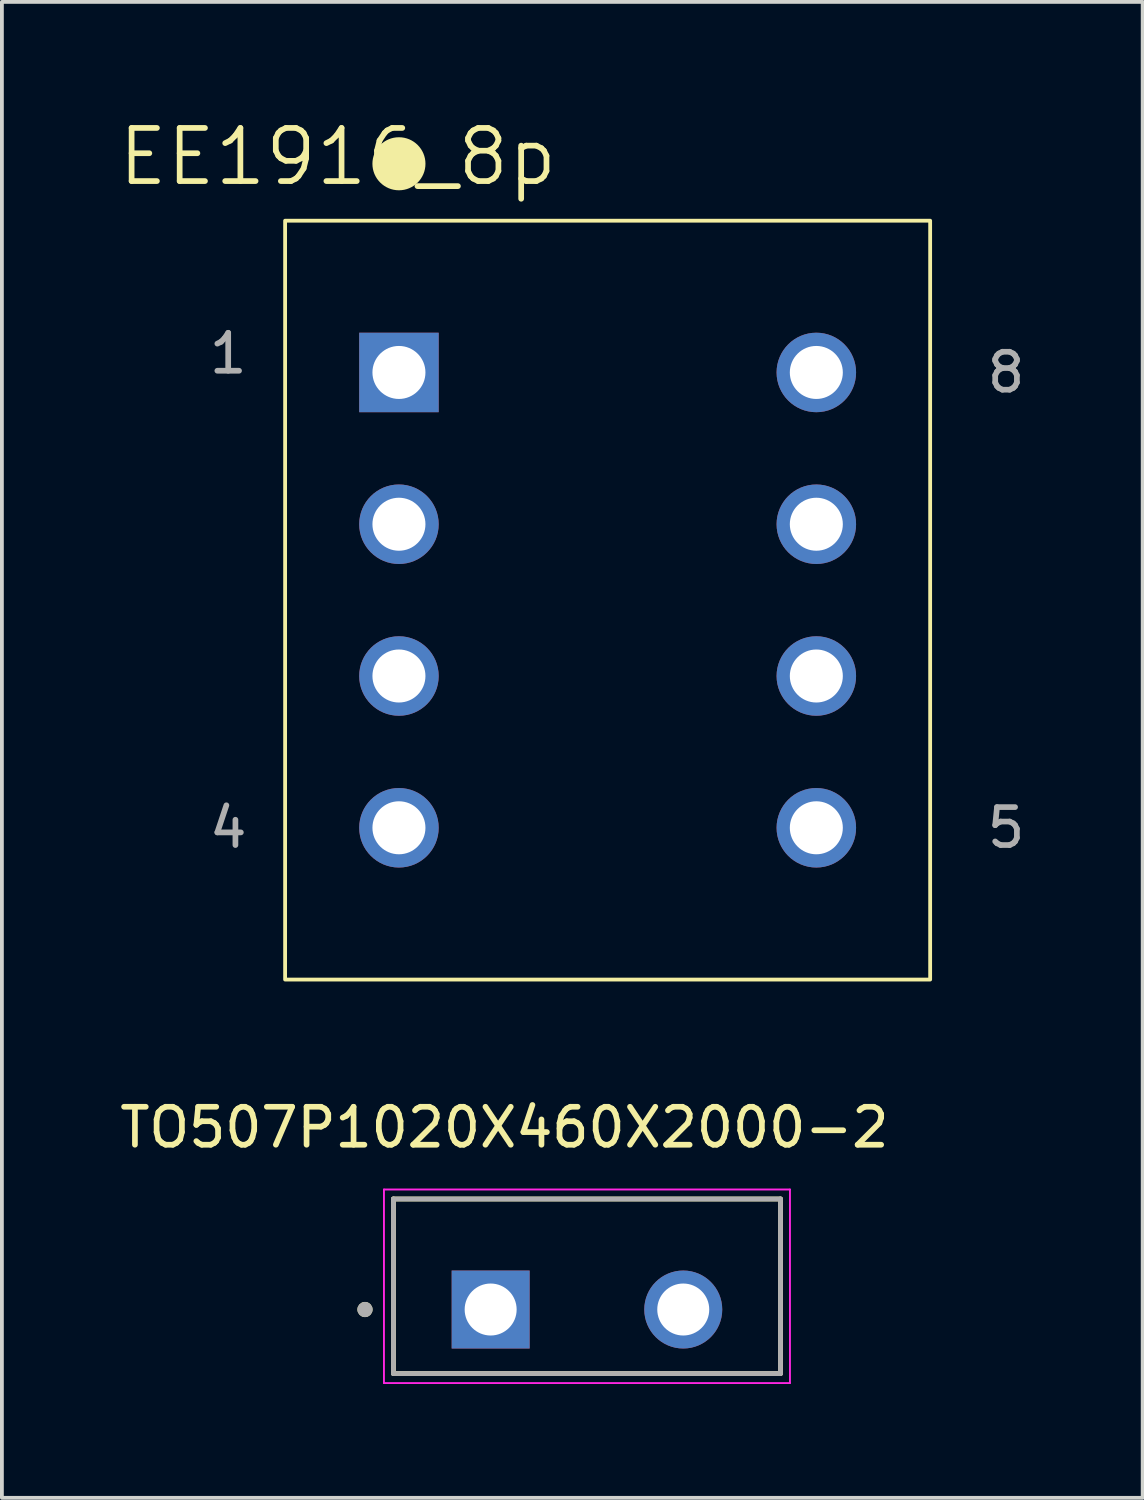
<source format=kicad_pcb>
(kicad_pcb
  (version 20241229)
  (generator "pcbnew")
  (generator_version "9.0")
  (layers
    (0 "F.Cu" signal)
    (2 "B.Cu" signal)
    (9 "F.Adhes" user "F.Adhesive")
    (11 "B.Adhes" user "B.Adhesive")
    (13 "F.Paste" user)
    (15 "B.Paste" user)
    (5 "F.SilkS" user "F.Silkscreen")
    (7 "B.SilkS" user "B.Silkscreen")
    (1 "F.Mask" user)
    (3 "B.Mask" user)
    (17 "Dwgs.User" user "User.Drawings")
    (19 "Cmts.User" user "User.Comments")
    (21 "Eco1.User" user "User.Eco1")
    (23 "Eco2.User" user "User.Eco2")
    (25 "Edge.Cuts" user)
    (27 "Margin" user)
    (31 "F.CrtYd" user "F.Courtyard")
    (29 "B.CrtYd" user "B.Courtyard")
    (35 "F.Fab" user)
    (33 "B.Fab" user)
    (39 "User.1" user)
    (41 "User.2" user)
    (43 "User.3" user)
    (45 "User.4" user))
  (footprint "EE1916_8p"
    (layer "F.Cu")
    (at 12.964 12.766)
    (property "Reference" "EE1916_8p" (at -7.112 -11.684 0) (layer "F.SilkS") (effects (font (size 1.4 1.4) (thickness 0.15))))
    (attr through_hole)
    (fp_rect (start -8.5 -10) (end 8.5 10) (stroke (width 0.1) (type default)) (fill no) (layer "F.SilkS"))
    (fp_circle (center -5.5 -11.5) (end -4.801 -11.5) (stroke (width 0) (type solid)) (fill yes) (layer "F.SilkS"))
    (fp_text user "1" (at -10 -6.5 0) (layer "F.Fab") (effects (font (size 1 1) (thickness 0.15))))
    (fp_text user "8" (at 10.5 -6 0) (layer "F.Fab") (effects (font (size 1 1) (thickness 0.15))))
    (fp_text user "4" (at -10 6 0) (layer "F.Fab") (effects (font (size 1 1) (thickness 0.15))))
    (fp_text user "5" (at 10.5 6 0) (layer "F.Fab") (effects (font (size 1 1) (thickness 0.15))))
    (pad "1" thru_hole rect (at -5.5 -6) (size 2.095 2.095) (drill 1.397) (layers "*.Cu" "*.Mask"))
    (pad "2" thru_hole circle (at -5.5 -2) (size 2.095 2.095) (drill 1.397) (layers "*.Cu" "*.Mask"))
    (pad "3" thru_hole circle (at -5.5 2) (size 2.095 2.095) (drill 1.397) (layers "*.Cu" "*.Mask"))
    (pad "4" thru_hole circle (at -5.5 6) (size 2.095 2.095) (drill 1.397) (layers "*.Cu" "*.Mask"))
    (pad "5" thru_hole circle (at 5.5 6) (size 2.095 2.095) (drill 1.397) (layers "*.Cu" "*.Mask"))
    (pad "6" thru_hole circle (at 5.5 2) (size 2.095 2.095) (drill 1.397) (layers "*.Cu" "*.Mask"))
    (pad "7" thru_hole circle (at 5.5 -2) (size 2.095 2.095) (drill 1.397) (layers "*.Cu" "*.Mask"))
    (pad "8" thru_hole circle (at 5.5 -6) (size 2.095 2.095) (drill 1.397) (layers "*.Cu" "*.Mask")))
  (footprint "TO507P1020X460X2000-2"
    (layer "F.Cu")
    (at 12.419 31.462)
    (property "Reference" "TO507P1020X460X2000-2" (at -2.175 -4.798 0) (layer "F.SilkS") (effects (font (size 1 1) (thickness 0.15))))
    (attr through_hole)
    (fp_line (start -5.1 -2.913) (end -5.1 1.688) (stroke (width 0.127) (type solid)) (layer "F.SilkS"))
    (fp_line (start -5.1 1.688) (end 5.1 1.688) (stroke (width 0.127) (type solid)) (layer "F.SilkS"))
    (fp_line (start 5.1 -2.913) (end -5.1 -2.913) (stroke (width 0.127) (type solid)) (layer "F.SilkS"))
    (fp_line (start 5.1 1.688) (end 5.1 -2.913) (stroke (width 0.127) (type solid)) (layer "F.SilkS"))
    (fp_circle (center -5.85 0) (end -5.75 0) (stroke (width 0.2) (type solid)) (fill no) (layer "F.SilkS"))
    (fp_line (start -5.35 -3.163) (end -5.35 1.938) (stroke (width 0.05) (type solid)) (layer "F.CrtYd"))
    (fp_line (start -5.35 1.938) (end 5.35 1.938) (stroke (width 0.05) (type solid)) (layer "F.CrtYd"))
    (fp_line (start 5.35 -3.163) (end -5.35 -3.163) (stroke (width 0.05) (type solid)) (layer "F.CrtYd"))
    (fp_line (start 5.35 1.938) (end 5.35 -3.163) (stroke (width 0.05) (type solid)) (layer "F.CrtYd"))
    (fp_line (start -5.1 -2.913) (end -5.1 1.688) (stroke (width 0.127) (type solid)) (layer "F.Fab"))
    (fp_line (start -5.1 1.688) (end 5.1 1.688) (stroke (width 0.127) (type solid)) (layer "F.Fab"))
    (fp_line (start 5.1 -2.913) (end -5.1 -2.913) (stroke (width 0.127) (type solid)) (layer "F.Fab"))
    (fp_line (start 5.1 1.688) (end 5.1 -2.913) (stroke (width 0.127) (type solid)) (layer "F.Fab"))
    (fp_circle (center -5.85 0) (end -5.75 0) (stroke (width 0.2) (type solid)) (fill no) (layer "F.Fab"))
    (pad "1" thru_hole rect (at -2.538 0) (size 2.055 2.055) (drill 1.37) (layers "*.Cu" "*.Mask"))
    (pad "2" thru_hole circle (at 2.538 0) (size 2.055 2.055) (drill 1.37) (layers "*.Cu" "*.Mask")))
  (gr_rect
    (start -3 -3)
    (end 27.065 36.425)
    (stroke (width 0.1) (type default))
    (fill no)
    (layer "Edge.Cuts")))
</source>
